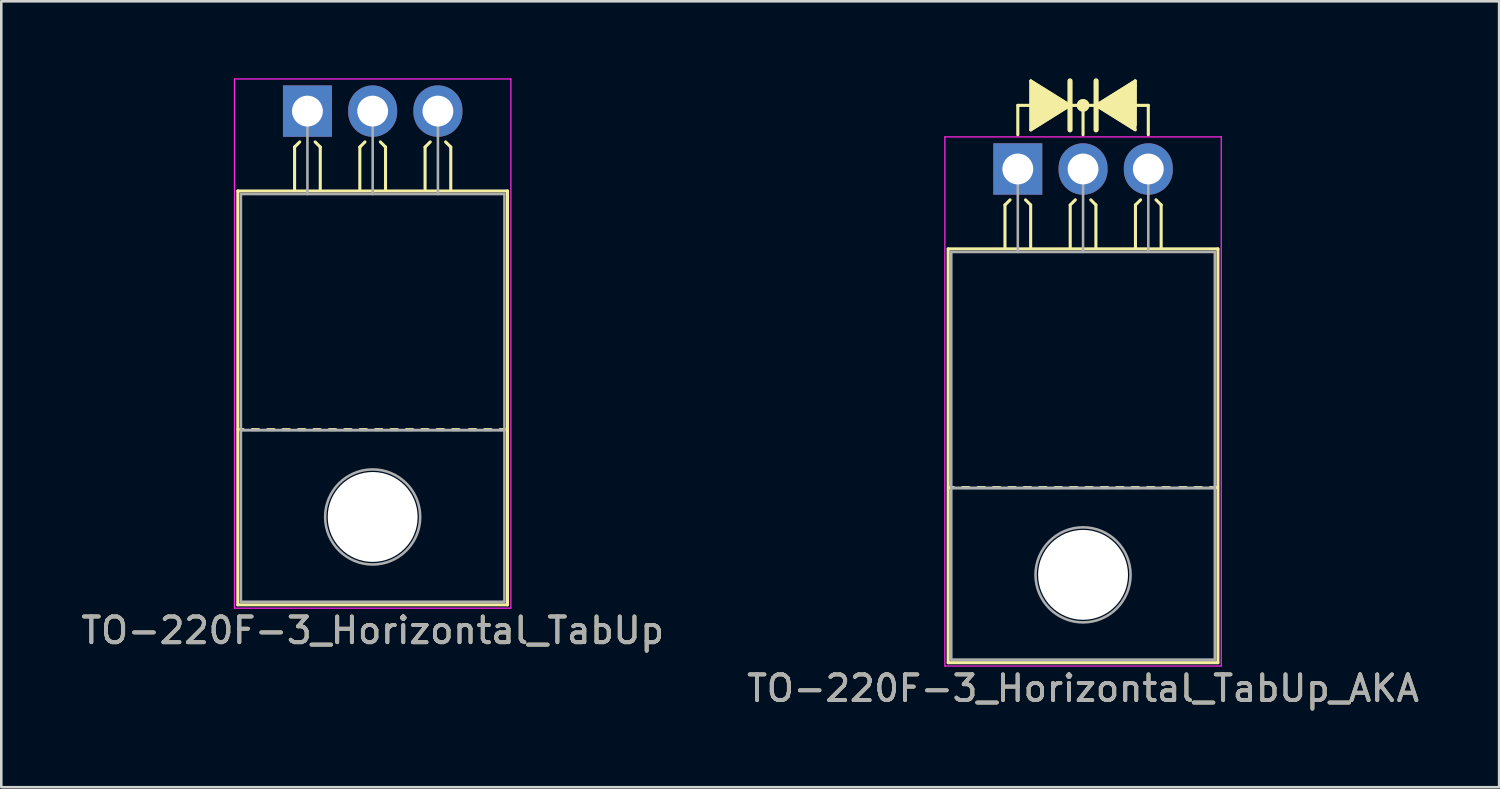
<source format=kicad_pcb>
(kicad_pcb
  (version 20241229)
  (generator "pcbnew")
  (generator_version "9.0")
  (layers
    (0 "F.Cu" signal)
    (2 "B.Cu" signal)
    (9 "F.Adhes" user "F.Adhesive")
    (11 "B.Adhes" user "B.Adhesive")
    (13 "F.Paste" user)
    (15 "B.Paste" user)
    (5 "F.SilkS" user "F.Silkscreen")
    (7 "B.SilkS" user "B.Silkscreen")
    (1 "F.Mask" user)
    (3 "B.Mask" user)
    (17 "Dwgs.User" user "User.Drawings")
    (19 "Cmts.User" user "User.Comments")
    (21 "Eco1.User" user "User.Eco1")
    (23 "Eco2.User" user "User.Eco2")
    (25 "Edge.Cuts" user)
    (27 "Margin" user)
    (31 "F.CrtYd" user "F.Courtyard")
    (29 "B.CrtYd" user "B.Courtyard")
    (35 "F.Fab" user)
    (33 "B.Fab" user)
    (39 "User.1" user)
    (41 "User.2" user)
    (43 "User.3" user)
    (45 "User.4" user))
  (footprint "TO-220F-3_Horizontal_TabUp"
    (layer "F.Cu")
    (at 8.918 1.275)
    (property "Reference" "TO-220F-3_Horizontal_TabUp" (at 2.54 20.22 0) (layer "F.SilkS") (effects (font (size 1 1) (thickness 0.15))))
    (attr through_hole)
    (fp_line (start -2.71 19.22) (end -2.71 3.11) (stroke (width 0.12) (type solid)) (layer "F.SilkS"))
    (fp_line (start -2.5 12.4) (end -2.7 12.4) (stroke (width 0.12) (type solid)) (layer "F.SilkS"))
    (fp_line (start -1.9 12.4) (end -2.15 12.4) (stroke (width 0.12) (type solid)) (layer "F.SilkS"))
    (fp_line (start -1.3 12.4) (end -1.55 12.4) (stroke (width 0.12) (type solid)) (layer "F.SilkS"))
    (fp_line (start -0.7 12.4) (end -0.95 12.4) (stroke (width 0.12) (type solid)) (layer "F.SilkS"))
    (fp_line (start -0.5 1.4) (end -0.3 1.2) (stroke (width 0.12) (type solid)) (layer "F.SilkS"))
    (fp_line (start -0.5 3.048) (end -0.5 1.4) (stroke (width 0.12) (type solid)) (layer "F.SilkS"))
    (fp_line (start -0.1 12.4) (end -0.35 12.4) (stroke (width 0.12) (type solid)) (layer "F.SilkS"))
    (fp_line (start 0.5 1.4) (end 0.3 1.2) (stroke (width 0.12) (type solid)) (layer "F.SilkS"))
    (fp_line (start 0.5 3.048) (end 0.5 1.4) (stroke (width 0.12) (type solid)) (layer "F.SilkS"))
    (fp_line (start 0.5 12.4) (end 0.25 12.4) (stroke (width 0.12) (type solid)) (layer "F.SilkS"))
    (fp_line (start 1.1 12.4) (end 0.85 12.4) (stroke (width 0.12) (type solid)) (layer "F.SilkS"))
    (fp_line (start 1.7 12.4) (end 1.45 12.4) (stroke (width 0.12) (type solid)) (layer "F.SilkS"))
    (fp_line (start 2.04 1.4) (end 2.24 1.2) (stroke (width 0.12) (type solid)) (layer "F.SilkS"))
    (fp_line (start 2.04 3.048) (end 2.04 1.4) (stroke (width 0.12) (type solid)) (layer "F.SilkS"))
    (fp_line (start 2.3 12.4) (end 2.05 12.4) (stroke (width 0.12) (type solid)) (layer "F.SilkS"))
    (fp_line (start 2.9 12.4) (end 2.65 12.4) (stroke (width 0.12) (type solid)) (layer "F.SilkS"))
    (fp_line (start 3.04 1.4) (end 2.84 1.2) (stroke (width 0.12) (type solid)) (layer "F.SilkS"))
    (fp_line (start 3.04 3.048) (end 3.04 1.4) (stroke (width 0.12) (type solid)) (layer "F.SilkS"))
    (fp_line (start 3.5 12.4) (end 3.25 12.4) (stroke (width 0.12) (type solid)) (layer "F.SilkS"))
    (fp_line (start 4.1 12.4) (end 3.85 12.4) (stroke (width 0.12) (type solid)) (layer "F.SilkS"))
    (fp_line (start 4.58 1.4) (end 4.78 1.2) (stroke (width 0.12) (type solid)) (layer "F.SilkS"))
    (fp_line (start 4.58 3.048) (end 4.58 1.4) (stroke (width 0.12) (type solid)) (layer "F.SilkS"))
    (fp_line (start 4.7 12.4) (end 4.45 12.4) (stroke (width 0.12) (type solid)) (layer "F.SilkS"))
    (fp_line (start 5.3 12.4) (end 5.05 12.4) (stroke (width 0.12) (type solid)) (layer "F.SilkS"))
    (fp_line (start 5.58 1.4) (end 5.38 1.2) (stroke (width 0.12) (type solid)) (layer "F.SilkS"))
    (fp_line (start 5.58 3.048) (end 5.58 1.4) (stroke (width 0.12) (type solid)) (layer "F.SilkS"))
    (fp_line (start 5.9 12.4) (end 5.65 12.4) (stroke (width 0.12) (type solid)) (layer "F.SilkS"))
    (fp_line (start 6.55 12.4) (end 6.3 12.4) (stroke (width 0.12) (type solid)) (layer "F.SilkS"))
    (fp_line (start 7.15 12.4) (end 6.9 12.4) (stroke (width 0.12) (type solid)) (layer "F.SilkS"))
    (fp_line (start 7.75 12.4) (end 7.5 12.4) (stroke (width 0.12) (type solid)) (layer "F.SilkS"))
    (fp_line (start 7.79 3.11) (end -2.71 3.11) (stroke (width 0.12) (type solid)) (layer "F.SilkS"))
    (fp_line (start 7.79 19.22) (end -2.71 19.22) (stroke (width 0.12) (type solid)) (layer "F.SilkS"))
    (fp_line (start 7.79 19.22) (end 7.79 3.11) (stroke (width 0.12) (type solid)) (layer "F.SilkS"))
    (fp_line (start -2.84 -1.25) (end -2.84 19.35) (stroke (width 0.05) (type solid)) (layer "F.CrtYd"))
    (fp_line (start -2.84 19.35) (end 7.92 19.35) (stroke (width 0.05) (type solid)) (layer "F.CrtYd"))
    (fp_line (start 7.92 -1.25) (end -2.84 -1.25) (stroke (width 0.05) (type solid)) (layer "F.CrtYd"))
    (fp_line (start 7.92 19.35) (end 7.92 -1.25) (stroke (width 0.05) (type solid)) (layer "F.CrtYd"))
    (fp_line (start -2.59 3.23) (end -2.59 12.42) (stroke (width 0.1) (type solid)) (layer "F.Fab"))
    (fp_line (start -2.59 12.42) (end -2.59 19.1) (stroke (width 0.1) (type solid)) (layer "F.Fab"))
    (fp_line (start -2.59 12.42) (end 7.67 12.42) (stroke (width 0.1) (type solid)) (layer "F.Fab"))
    (fp_line (start -2.59 19.1) (end 7.67 19.1) (stroke (width 0.1) (type solid)) (layer "F.Fab"))
    (fp_line (start 0 3.23) (end 0 0) (stroke (width 0.1) (type solid)) (layer "F.Fab"))
    (fp_line (start 2.54 3.23) (end 2.54 0) (stroke (width 0.1) (type solid)) (layer "F.Fab"))
    (fp_line (start 5.08 3.23) (end 5.08 0) (stroke (width 0.1) (type solid)) (layer "F.Fab"))
    (fp_line (start 7.67 3.23) (end -2.59 3.23) (stroke (width 0.1) (type solid)) (layer "F.Fab"))
    (fp_line (start 7.67 12.42) (end -2.59 12.42) (stroke (width 0.1) (type solid)) (layer "F.Fab"))
    (fp_line (start 7.67 12.42) (end 7.67 3.23) (stroke (width 0.1) (type solid)) (layer "F.Fab"))
    (fp_line (start 7.67 19.1) (end 7.67 12.42) (stroke (width 0.1) (type solid)) (layer "F.Fab"))
    (fp_circle (center 2.54 15.8) (end 4.39 15.8) (stroke (width 0.1) (type solid)) (fill no) (layer "F.Fab"))
    (fp_text user "${REFERENCE}" (at 2.54 20.22 0) (layer "F.Fab") (effects (font (size 1 1) (thickness 0.15))))
    (pad "" np_thru_hole oval (at 2.54 15.8) (size 3.5 3.5) (drill 3.5) (layers "*.Cu" "*.Mask"))
    (pad "1" thru_hole rect (at 0 0) (size 1.905 2) (drill 1.2) (layers "*.Cu" "*.Mask"))
    (pad "2" thru_hole oval (at 2.54 0) (size 1.905 2) (drill 1.2) (layers "*.Cu" "*.Mask"))
    (pad "3" thru_hole oval (at 5.08 0) (size 1.905 2) (drill 1.2) (layers "*.Cu" "*.Mask")))
  (footprint "TO-220F-3_Horizontal_TabUp_AKA"
    (layer "F.Cu")
    (at 36.573 3.529)
    (property "Reference" "TO-220F-3_Horizontal_TabUp_AKA" (at 2.54 20.22 0) (layer "F.SilkS") (effects (font (size 1 1) (thickness 0.15))))
    (attr through_hole)
    (fp_line (start -2.71 19.22) (end -2.71 3.11) (stroke (width 0.12) (type solid)) (layer "F.SilkS"))
    (fp_line (start -2.5 12.4) (end -2.7 12.4) (stroke (width 0.12) (type solid)) (layer "F.SilkS"))
    (fp_line (start -1.9 12.4) (end -2.15 12.4) (stroke (width 0.12) (type solid)) (layer "F.SilkS"))
    (fp_line (start -1.3 12.4) (end -1.55 12.4) (stroke (width 0.12) (type solid)) (layer "F.SilkS"))
    (fp_line (start -0.7 12.4) (end -0.95 12.4) (stroke (width 0.12) (type solid)) (layer "F.SilkS"))
    (fp_line (start -0.5 1.4) (end -0.3 1.2) (stroke (width 0.12) (type solid)) (layer "F.SilkS"))
    (fp_line (start -0.5 3.048) (end -0.5 1.4) (stroke (width 0.12) (type solid)) (layer "F.SilkS"))
    (fp_line (start -0.1 12.4) (end -0.35 12.4) (stroke (width 0.12) (type solid)) (layer "F.SilkS"))
    (fp_line (start 0 -2.477) (end 0.508 -2.477) (stroke (width 0.12) (type solid)) (layer "F.SilkS"))
    (fp_line (start 0 -1.333) (end 0 -2.477) (stroke (width 0.12) (type solid)) (layer "F.SilkS"))
    (fp_line (start 0.5 1.4) (end 0.3 1.2) (stroke (width 0.12) (type solid)) (layer "F.SilkS"))
    (fp_line (start 0.5 3.048) (end 0.5 1.4) (stroke (width 0.12) (type solid)) (layer "F.SilkS"))
    (fp_line (start 0.5 12.4) (end 0.25 12.4) (stroke (width 0.12) (type solid)) (layer "F.SilkS"))
    (fp_line (start 0.508 -3.429) (end 0.508 -1.524) (stroke (width 0.12) (type solid)) (layer "F.SilkS"))
    (fp_line (start 0.508 -1.524) (end 2.032 -2.477) (stroke (width 0.12) (type solid)) (layer "F.SilkS"))
    (fp_line (start 1.1 12.4) (end 0.85 12.4) (stroke (width 0.12) (type solid)) (layer "F.SilkS"))
    (fp_line (start 1.7 12.4) (end 1.45 12.4) (stroke (width 0.12) (type solid)) (layer "F.SilkS"))
    (fp_line (start 2.032 -2.477) (end 0.508 -3.429) (stroke (width 0.12) (type solid)) (layer "F.SilkS"))
    (fp_line (start 2.032 -1.524) (end 2.032 -3.429) (stroke (width 0.2) (type solid)) (layer "F.SilkS"))
    (fp_line (start 2.04 1.4) (end 2.24 1.2) (stroke (width 0.12) (type solid)) (layer "F.SilkS"))
    (fp_line (start 2.04 3.048) (end 2.04 1.4) (stroke (width 0.12) (type solid)) (layer "F.SilkS"))
    (fp_line (start 2.3 12.4) (end 2.05 12.4) (stroke (width 0.12) (type solid)) (layer "F.SilkS"))
    (fp_line (start 2.54 -2.477) (end 2.032 -2.477) (stroke (width 0.12) (type solid)) (layer "F.SilkS"))
    (fp_line (start 2.54 -2.477) (end 3.048 -2.477) (stroke (width 0.12) (type solid)) (layer "F.SilkS"))
    (fp_line (start 2.54 -1.333) (end 2.54 -2.477) (stroke (width 0.12) (type solid)) (layer "F.SilkS"))
    (fp_line (start 2.9 12.4) (end 2.65 12.4) (stroke (width 0.12) (type solid)) (layer "F.SilkS"))
    (fp_line (start 3.04 1.4) (end 2.84 1.2) (stroke (width 0.12) (type solid)) (layer "F.SilkS"))
    (fp_line (start 3.04 3.048) (end 3.04 1.4) (stroke (width 0.12) (type solid)) (layer "F.SilkS"))
    (fp_line (start 3.048 -3.429) (end 3.048 -1.524) (stroke (width 0.2) (type solid)) (layer "F.SilkS"))
    (fp_line (start 3.048 -2.477) (end 4.572 -3.429) (stroke (width 0.12) (type solid)) (layer "F.SilkS"))
    (fp_line (start 3.048 -2.477) (end 4.572 -1.524) (stroke (width 0.12) (type solid)) (layer "F.SilkS"))
    (fp_line (start 3.5 12.4) (end 3.25 12.4) (stroke (width 0.12) (type solid)) (layer "F.SilkS"))
    (fp_line (start 4.1 12.4) (end 3.85 12.4) (stroke (width 0.12) (type solid)) (layer "F.SilkS"))
    (fp_line (start 4.572 -3.239) (end 4.572 -3.429) (stroke (width 0.12) (type solid)) (layer "F.SilkS"))
    (fp_line (start 4.572 -1.714) (end 4.572 -3.239) (stroke (width 0.12) (type solid)) (layer "F.SilkS"))
    (fp_line (start 4.58 1.4) (end 4.78 1.2) (stroke (width 0.12) (type solid)) (layer "F.SilkS"))
    (fp_line (start 4.58 3.048) (end 4.58 1.4) (stroke (width 0.12) (type solid)) (layer "F.SilkS"))
    (fp_line (start 4.7 12.4) (end 4.45 12.4) (stroke (width 0.12) (type solid)) (layer "F.SilkS"))
    (fp_line (start 5.08 -2.477) (end 4.572 -2.477) (stroke (width 0.12) (type solid)) (layer "F.SilkS"))
    (fp_line (start 5.08 -1.333) (end 5.08 -2.477) (stroke (width 0.12) (type solid)) (layer "F.SilkS"))
    (fp_line (start 5.3 12.4) (end 5.05 12.4) (stroke (width 0.12) (type solid)) (layer "F.SilkS"))
    (fp_line (start 5.58 1.4) (end 5.38 1.2) (stroke (width 0.12) (type solid)) (layer "F.SilkS"))
    (fp_line (start 5.58 3.048) (end 5.58 1.4) (stroke (width 0.12) (type solid)) (layer "F.SilkS"))
    (fp_line (start 5.9 12.4) (end 5.65 12.4) (stroke (width 0.12) (type solid)) (layer "F.SilkS"))
    (fp_line (start 6.55 12.4) (end 6.3 12.4) (stroke (width 0.12) (type solid)) (layer "F.SilkS"))
    (fp_line (start 7.15 12.4) (end 6.9 12.4) (stroke (width 0.12) (type solid)) (layer "F.SilkS"))
    (fp_line (start 7.75 12.4) (end 7.5 12.4) (stroke (width 0.12) (type solid)) (layer "F.SilkS"))
    (fp_line (start 7.79 3.11) (end -2.71 3.11) (stroke (width 0.12) (type solid)) (layer "F.SilkS"))
    (fp_line (start 7.79 19.22) (end -2.71 19.22) (stroke (width 0.12) (type solid)) (layer "F.SilkS"))
    (fp_line (start 7.79 19.22) (end 7.79 3.11) (stroke (width 0.12) (type solid)) (layer "F.SilkS"))
    (fp_circle (center 2.54 -2.477) (end 2.54 -2.667) (stroke (width 0.12) (type solid)) (fill no) (layer "F.SilkS"))
    (fp_circle (center 2.54 -2.477) (end 2.54 -2.603) (stroke (width 0.12) (type solid)) (fill no) (layer "F.SilkS"))
    (fp_circle (center 2.54 -2.477) (end 2.54 -2.54) (stroke (width 0.12) (type solid)) (fill no) (layer "F.SilkS"))
    (fp_poly (pts (xy 0.508 -3.429) (xy 2.032 -2.477) (xy 0.508 -1.524)) (stroke (width 0.1) (type solid)) (fill yes) (layer "F.SilkS"))
    (fp_poly (pts (xy 3.048 -2.477) (xy 4.572 -3.429) (xy 4.572 -1.524)) (stroke (width 0.1) (type solid)) (fill yes) (layer "F.SilkS"))
    (fp_line (start -2.84 -1.25) (end -2.84 19.35) (stroke (width 0.05) (type solid)) (layer "F.CrtYd"))
    (fp_line (start -2.84 19.35) (end 7.92 19.35) (stroke (width 0.05) (type solid)) (layer "F.CrtYd"))
    (fp_line (start 7.92 -1.25) (end -2.84 -1.25) (stroke (width 0.05) (type solid)) (layer "F.CrtYd"))
    (fp_line (start 7.92 19.35) (end 7.92 -1.25) (stroke (width 0.05) (type solid)) (layer "F.CrtYd"))
    (fp_line (start -2.59 3.23) (end -2.59 12.42) (stroke (width 0.1) (type solid)) (layer "F.Fab"))
    (fp_line (start -2.59 12.42) (end -2.59 19.1) (stroke (width 0.1) (type solid)) (layer "F.Fab"))
    (fp_line (start -2.59 12.42) (end 7.67 12.42) (stroke (width 0.1) (type solid)) (layer "F.Fab"))
    (fp_line (start -2.59 19.1) (end 7.67 19.1) (stroke (width 0.1) (type solid)) (layer "F.Fab"))
    (fp_line (start 0 3.23) (end 0 0) (stroke (width 0.1) (type solid)) (layer "F.Fab"))
    (fp_line (start 2.54 3.23) (end 2.54 0) (stroke (width 0.1) (type solid)) (layer "F.Fab"))
    (fp_line (start 5.08 3.23) (end 5.08 0) (stroke (width 0.1) (type solid)) (layer "F.Fab"))
    (fp_line (start 7.67 3.23) (end -2.59 3.23) (stroke (width 0.1) (type solid)) (layer "F.Fab"))
    (fp_line (start 7.67 12.42) (end -2.59 12.42) (stroke (width 0.1) (type solid)) (layer "F.Fab"))
    (fp_line (start 7.67 12.42) (end 7.67 3.23) (stroke (width 0.1) (type solid)) (layer "F.Fab"))
    (fp_line (start 7.67 19.1) (end 7.67 12.42) (stroke (width 0.1) (type solid)) (layer "F.Fab"))
    (fp_circle (center 2.54 15.8) (end 4.39 15.8) (stroke (width 0.1) (type solid)) (fill no) (layer "F.Fab"))
    (fp_text user "${REFERENCE}" (at 2.54 20.22 0) (layer "F.Fab") (effects (font (size 1 1) (thickness 0.15))))
    (pad "" np_thru_hole oval (at 2.54 15.8) (size 3.5 3.5) (drill 3.5) (layers "*.Cu" "*.Mask"))
    (pad "1" thru_hole rect (at 0 0) (size 1.905 2) (drill 1.2) (layers "*.Cu" "*.Mask"))
    (pad "2" thru_hole oval (at 2.54 0) (size 1.905 2) (drill 1.2) (layers "*.Cu" "*.Mask"))
    (pad "3" thru_hole oval (at 5.08 0) (size 1.905 2) (drill 1.2) (layers "*.Cu" "*.Mask")))
  (gr_rect
    (start -3 -3)
    (end 55.31 27.597)
    (stroke (width 0.1) (type default))
    (fill no)
    (layer "Edge.Cuts")))
</source>
